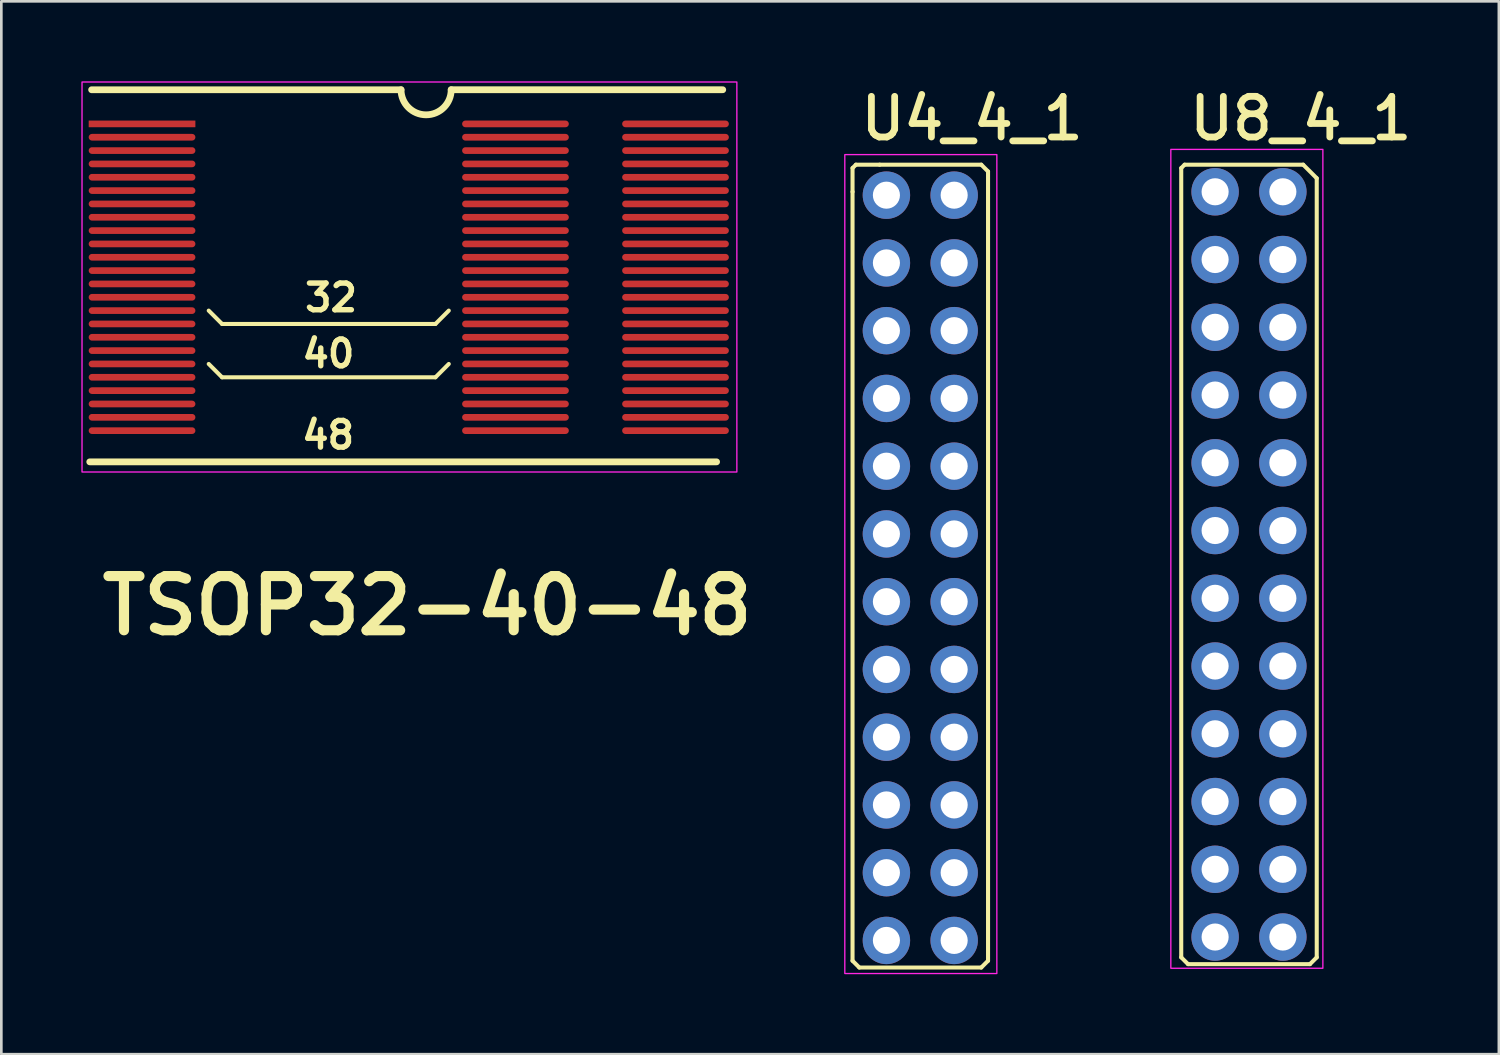
<source format=kicad_pcb>
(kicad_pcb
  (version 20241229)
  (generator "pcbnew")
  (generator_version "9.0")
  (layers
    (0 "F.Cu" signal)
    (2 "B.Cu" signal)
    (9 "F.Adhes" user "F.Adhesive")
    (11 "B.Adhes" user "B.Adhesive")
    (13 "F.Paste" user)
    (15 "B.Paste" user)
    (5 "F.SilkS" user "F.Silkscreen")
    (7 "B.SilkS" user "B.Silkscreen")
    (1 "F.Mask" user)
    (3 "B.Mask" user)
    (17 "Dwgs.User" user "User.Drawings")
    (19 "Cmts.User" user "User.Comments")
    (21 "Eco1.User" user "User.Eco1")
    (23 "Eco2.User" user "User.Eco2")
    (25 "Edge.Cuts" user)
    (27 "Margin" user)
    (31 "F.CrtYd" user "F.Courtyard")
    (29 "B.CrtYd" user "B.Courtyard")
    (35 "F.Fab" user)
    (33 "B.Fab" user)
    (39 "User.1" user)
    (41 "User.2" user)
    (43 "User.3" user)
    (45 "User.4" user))
  (footprint "U8_4_1"
    (layer "F.Cu")
    (at 45.045 14.3)
    (property "Reference" "U8_4_1" (at -3.632 -12.014 0) (unlocked yes) (layer "F.SilkS") (effects (font (size 1.524 1.524) (thickness 0.254)) (justify left bottom)))
    (attr through_hole)
    (fp_line (start -3.81 -11.049) (end -3.81 18.542) (stroke (width 0.152) (type solid)) (layer "F.SilkS"))
    (fp_line (start -3.683 -11.176) (end -3.81 -11.049) (stroke (width 0.152) (type solid)) (layer "F.SilkS"))
    (fp_line (start -3.556 18.796) (end -3.81 18.542) (stroke (width 0.152) (type solid)) (layer "F.SilkS"))
    (fp_line (start 0.762 -11.176) (end -3.683 -11.176) (stroke (width 0.152) (type solid)) (layer "F.SilkS"))
    (fp_line (start 1.016 18.796) (end -3.556 18.796) (stroke (width 0.152) (type solid)) (layer "F.SilkS"))
    (fp_line (start 1.27 -10.668) (end 0.762 -11.176) (stroke (width 0.152) (type solid)) (layer "F.SilkS"))
    (fp_line (start 1.27 -10.668) (end 1.27 18.542) (stroke (width 0.152) (type solid)) (layer "F.SilkS"))
    (fp_line (start 1.27 18.542) (end 1.016 18.796) (stroke (width 0.152) (type solid)) (layer "F.SilkS"))
    (fp_rect (start -4.2 -11.75) (end 1.5 18.95) (stroke (width 0.05) (type solid)) (fill no) (layer "F.CrtYd"))
    (pad "25" thru_hole circle (at -2.54 -10.16) (size 1.778 1.778) (drill 1.016) (layers "*.Cu" "*.Mask"))
    (pad "26" thru_hole circle (at 0 -10.16) (size 1.778 1.778) (drill 1.016) (layers "*.Cu" "*.Mask"))
    (pad "27" thru_hole circle (at -2.54 -7.62) (size 1.778 1.778) (drill 1.016) (layers "*.Cu" "*.Mask"))
    (pad "28" thru_hole circle (at 0 -7.62) (size 1.778 1.778) (drill 1.016) (layers "*.Cu" "*.Mask"))
    (pad "29" thru_hole circle (at -2.54 -5.08) (size 1.778 1.778) (drill 1.016) (layers "*.Cu" "*.Mask"))
    (pad "30" thru_hole circle (at 0 -5.08) (size 1.778 1.778) (drill 1.016) (layers "*.Cu" "*.Mask"))
    (pad "31" thru_hole circle (at -2.54 -2.54) (size 1.778 1.778) (drill 1.016) (layers "*.Cu" "*.Mask"))
    (pad "32" thru_hole circle (at 0 -2.54) (size 1.778 1.778) (drill 1.016) (layers "*.Cu" "*.Mask"))
    (pad "33" thru_hole circle (at -2.54 -0.000023) (size 1.778 1.778) (drill 1.016) (layers "*.Cu" "*.Mask"))
    (pad "34" thru_hole circle (at 0 -0.000023) (size 1.778 1.778) (drill 1.016) (layers "*.Cu" "*.Mask"))
    (pad "35" thru_hole circle (at -2.54 2.54) (size 1.778 1.778) (drill 1.016) (layers "*.Cu" "*.Mask"))
    (pad "36" thru_hole circle (at 0 2.54) (size 1.778 1.778) (drill 1.016) (layers "*.Cu" "*.Mask"))
    (pad "37" thru_hole circle (at -2.54 5.08) (size 1.778 1.778) (drill 1.016) (layers "*.Cu" "*.Mask"))
    (pad "38" thru_hole circle (at 0 5.08) (size 1.778 1.778) (drill 1.016) (layers "*.Cu" "*.Mask"))
    (pad "39" thru_hole circle (at -2.54 7.62) (size 1.778 1.778) (drill 1.016) (layers "*.Cu" "*.Mask"))
    (pad "40" thru_hole circle (at 0 7.62) (size 1.778 1.778) (drill 1.016) (layers "*.Cu" "*.Mask"))
    (pad "41" thru_hole circle (at -2.54 10.16) (size 1.778 1.778) (drill 1.016) (layers "*.Cu" "*.Mask"))
    (pad "42" thru_hole circle (at 0 10.16) (size 1.778 1.778) (drill 1.016) (layers "*.Cu" "*.Mask"))
    (pad "43" thru_hole circle (at -2.54 12.7) (size 1.778 1.778) (drill 1.016) (layers "*.Cu" "*.Mask"))
    (pad "44" thru_hole circle (at 0 12.7) (size 1.778 1.778) (drill 1.016) (layers "*.Cu" "*.Mask"))
    (pad "45" thru_hole circle (at -2.54 15.24) (size 1.778 1.778) (drill 1.016) (layers "*.Cu" "*.Mask"))
    (pad "46" thru_hole circle (at 0 15.24) (size 1.778 1.778) (drill 1.016) (layers "*.Cu" "*.Mask"))
    (pad "47" thru_hole circle (at -2.54 17.78) (size 1.778 1.778) (drill 1.016) (layers "*.Cu" "*.Mask"))
    (pad "48" thru_hole circle (at 0 17.78) (size 1.778 1.778) (drill 1.016) (layers "*.Cu" "*.Mask")))
  (footprint "U4_4_1"
    (layer "F.Cu")
    (at 32.722 9.347)
    (property "Reference" "U4_4_1" (at -3.632 -7.061 0) (unlocked yes) (layer "F.SilkS") (effects (font (size 1.524 1.524) (thickness 0.254)) (justify left bottom)))
    (attr through_hole)
    (fp_line (start -3.81 -6.096) (end -3.683 -6.223) (stroke (width 0.152) (type solid)) (layer "F.SilkS"))
    (fp_line (start -3.81 -5.207) (end -3.81 -6.096) (stroke (width 0.152) (type solid)) (layer "F.SilkS"))
    (fp_line (start -3.81 23.622) (end -3.81 -5.207) (stroke (width 0.152) (type solid)) (layer "F.SilkS"))
    (fp_line (start -3.81 23.622) (end -3.556 23.876) (stroke (width 0.152) (type solid)) (layer "F.SilkS"))
    (fp_line (start -3.683 -6.223) (end -2.794 -6.223) (stroke (width 0.152) (type solid)) (layer "F.SilkS"))
    (fp_line (start -3.556 23.876) (end 1.016 23.876) (stroke (width 0.152) (type solid)) (layer "F.SilkS"))
    (fp_line (start -2.794 -6.223) (end 1.016 -6.223) (stroke (width 0.152) (type solid)) (layer "F.SilkS"))
    (fp_line (start 1.016 -6.223) (end 1.27 -5.969) (stroke (width 0.152) (type solid)) (layer "F.SilkS"))
    (fp_line (start 1.016 23.876) (end 1.27 23.622) (stroke (width 0.152) (type solid)) (layer "F.SilkS"))
    (fp_line (start 1.27 23.622) (end 1.27 -5.969) (stroke (width 0.152) (type solid)) (layer "F.SilkS"))
    (fp_rect (start -4.1 -6.6) (end 1.6 24.1) (stroke (width 0.05) (type solid)) (fill no) (layer "F.CrtYd"))
    (pad "1" thru_hole circle (at -2.54 -5.08) (size 1.778 1.778) (drill 1.016) (layers "*.Cu" "*.Mask"))
    (pad "2" thru_hole circle (at 0 -5.08) (size 1.778 1.778) (drill 1.016) (layers "*.Cu" "*.Mask"))
    (pad "3" thru_hole circle (at -2.54 -2.54) (size 1.778 1.778) (drill 1.016) (layers "*.Cu" "*.Mask"))
    (pad "4" thru_hole circle (at 0 -2.54) (size 1.778 1.778) (drill 1.016) (layers "*.Cu" "*.Mask"))
    (pad "5" thru_hole circle (at -2.54 0.000023) (size 1.778 1.778) (drill 1.016) (layers "*.Cu" "*.Mask"))
    (pad "6" thru_hole circle (at 0 0.000023) (size 1.778 1.778) (drill 1.016) (layers "*.Cu" "*.Mask"))
    (pad "7" thru_hole circle (at -2.54 2.54) (size 1.778 1.778) (drill 1.016) (layers "*.Cu" "*.Mask"))
    (pad "8" thru_hole circle (at 0 2.54) (size 1.778 1.778) (drill 1.016) (layers "*.Cu" "*.Mask"))
    (pad "9" thru_hole circle (at -2.54 5.08) (size 1.778 1.778) (drill 1.016) (layers "*.Cu" "*.Mask"))
    (pad "10" thru_hole circle (at 0 5.08) (size 1.778 1.778) (drill 1.016) (layers "*.Cu" "*.Mask"))
    (pad "11" thru_hole circle (at -2.54 7.62) (size 1.778 1.778) (drill 1.016) (layers "*.Cu" "*.Mask"))
    (pad "12" thru_hole circle (at 0 7.62) (size 1.778 1.778) (drill 1.016) (layers "*.Cu" "*.Mask"))
    (pad "13" thru_hole circle (at -2.54 10.16) (size 1.778 1.778) (drill 1.016) (layers "*.Cu" "*.Mask"))
    (pad "14" thru_hole circle (at 0 10.16) (size 1.778 1.778) (drill 1.016) (layers "*.Cu" "*.Mask"))
    (pad "15" thru_hole circle (at -2.54 12.7) (size 1.778 1.778) (drill 1.016) (layers "*.Cu" "*.Mask"))
    (pad "16" thru_hole circle (at 0 12.7) (size 1.778 1.778) (drill 1.016) (layers "*.Cu" "*.Mask"))
    (pad "17" thru_hole circle (at -2.54 15.24) (size 1.778 1.778) (drill 1.016) (layers "*.Cu" "*.Mask"))
    (pad "18" thru_hole circle (at 0 15.24) (size 1.778 1.778) (drill 1.016) (layers "*.Cu" "*.Mask"))
    (pad "19" thru_hole circle (at -2.54 17.78) (size 1.778 1.778) (drill 1.016) (layers "*.Cu" "*.Mask"))
    (pad "20" thru_hole circle (at 0 17.78) (size 1.778 1.778) (drill 1.016) (layers "*.Cu" "*.Mask"))
    (pad "21" thru_hole circle (at -2.54 20.32) (size 1.778 1.778) (drill 1.016) (layers "*.Cu" "*.Mask"))
    (pad "22" thru_hole circle (at 0 20.32) (size 1.778 1.778) (drill 1.016) (layers "*.Cu" "*.Mask"))
    (pad "23" thru_hole circle (at -2.54 22.86) (size 1.778 1.778) (drill 1.016) (layers "*.Cu" "*.Mask"))
    (pad "24" thru_hole circle (at 0 22.86) (size 1.778 1.778) (drill 1.016) (layers "*.Cu" "*.Mask")))
  (footprint "TSOP32-40-48"
    (layer "F.Cu")
    (at 2.275 1.595)
    (property "Reference" "TSOP32-40-48" (at -1.702 19.252 0) (unlocked yes) (layer "F.SilkS") (effects (font (size 2.032 2.032) (thickness 0.381)) (justify left bottom)))
    (attr through_hole)
    (fp_line (start -1.96 12.67) (end 21.54 12.67) (stroke (width 0.254) (type solid)) (layer "F.SilkS"))
    (fp_line (start -1.89 -1.28) (end 9.71 -1.28) (stroke (width 0.254) (type solid)) (layer "F.SilkS"))
    (fp_line (start 2.5 7) (end 3 7.5) (stroke (width 0.152) (type solid)) (layer "F.SilkS"))
    (fp_line (start 2.5 9) (end 3 9.5) (stroke (width 0.152) (type solid)) (layer "F.SilkS"))
    (fp_line (start 3 7.5) (end 10.9 7.5) (stroke (width 0.152) (type solid)) (layer "F.SilkS"))
    (fp_line (start 3 9.5) (end 11 9.5) (stroke (width 0.152) (type solid)) (layer "F.SilkS"))
    (fp_line (start 10.9 7.5) (end 11 7.5) (stroke (width 0.152) (type solid)) (layer "F.SilkS"))
    (fp_line (start 11 7.5) (end 11.5 7) (stroke (width 0.152) (type solid)) (layer "F.SilkS"))
    (fp_line (start 11 9.5) (end 11.5 9) (stroke (width 0.152) (type solid)) (layer "F.SilkS"))
    (fp_line (start 11.59 -1.281) (end 21.771 -1.281) (stroke (width 0.254) (type solid)) (layer "F.SilkS"))
    (fp_arc (start 11.59002 -1.280543) (mid 10.650296 -0.340261) (end 9.710014 -1.279985) (stroke (width 0.254) (type solid)) (layer "F.SilkS"))
    (fp_rect (start -2.25 -1.57) (end 22.3 13.05) (stroke (width 0.05) (type solid)) (fill no) (layer "F.CrtYd"))
    (fp_text user "40" (at 5.9 9.2 0) (unlocked yes) (layer "F.SilkS") (effects (font (size 1 1) (thickness 0.203)) (justify left bottom)))
    (fp_text user "48" (at 5.89 12.25 0) (unlocked yes) (layer "F.SilkS") (effects (font (size 1 1) (thickness 0.203)) (justify left bottom)))
    (fp_text user "32" (at 6 7.1 0) (unlocked yes) (layer "F.SilkS") (effects (font (size 1 1) (thickness 0.203)) (justify left bottom)))
    (pad "1" smd rect (at 0 0.000023) (size 4 0.25) (layers "F.Cu" "F.Mask" "F.Paste"))
    (pad "2" smd oval (at 0 0.5) (size 4 0.25) (layers "F.Cu" "F.Mask" "F.Paste"))
    (pad "3" smd oval (at 0 1) (size 4 0.25) (layers "F.Cu" "F.Mask" "F.Paste"))
    (pad "4" smd oval (at 0 1.5) (size 4 0.25) (layers "F.Cu" "F.Mask" "F.Paste"))
    (pad "5" smd oval (at 0 2) (size 4 0.25) (layers "F.Cu" "F.Mask" "F.Paste"))
    (pad "6" smd oval (at 0 2.5) (size 4 0.25) (layers "F.Cu" "F.Mask" "F.Paste"))
    (pad "7" smd oval (at 0 3) (size 4 0.25) (layers "F.Cu" "F.Mask" "F.Paste"))
    (pad "8" smd oval (at 0 3.5) (size 4 0.25) (layers "F.Cu" "F.Mask" "F.Paste"))
    (pad "9" smd oval (at 0 4) (size 4 0.25) (layers "F.Cu" "F.Mask" "F.Paste"))
    (pad "10" smd oval (at 0 4.5) (size 4 0.25) (layers "F.Cu" "F.Mask" "F.Paste"))
    (pad "11" smd oval (at 0 5) (size 4 0.25) (layers "F.Cu" "F.Mask" "F.Paste"))
    (pad "12" smd oval (at 0 5.5) (size 4 0.25) (layers "F.Cu" "F.Mask" "F.Paste"))
    (pad "13" smd oval (at 0 6) (size 4 0.25) (layers "F.Cu" "F.Mask" "F.Paste"))
    (pad "14" smd oval (at 0 6.5) (size 4 0.25) (layers "F.Cu" "F.Mask" "F.Paste"))
    (pad "15" smd oval (at 0 7) (size 4 0.25) (layers "F.Cu" "F.Mask" "F.Paste"))
    (pad "16" smd oval (at 0 7.5) (size 4 0.25) (layers "F.Cu" "F.Mask" "F.Paste"))
    (pad "17" smd oval (at 0 8) (size 4 0.25) (layers "F.Cu" "F.Mask" "F.Paste"))
    (pad "18" smd oval (at 0 8.5) (size 4 0.25) (layers "F.Cu" "F.Mask" "F.Paste"))
    (pad "19" smd oval (at 0 9) (size 4 0.25) (layers "F.Cu" "F.Mask" "F.Paste"))
    (pad "20" smd oval (at 0 9.5) (size 4 0.25) (layers "F.Cu" "F.Mask" "F.Paste"))
    (pad "21" smd oval (at 0 10) (size 4 0.25) (layers "F.Cu" "F.Mask" "F.Paste"))
    (pad "22" smd oval (at 0 10.5) (size 4 0.25) (layers "F.Cu" "F.Mask" "F.Paste"))
    (pad "23" smd oval (at 0 11) (size 4 0.25) (layers "F.Cu" "F.Mask" "F.Paste"))
    (pad "24" smd oval (at 0 11.5) (size 4 0.25) (layers "F.Cu" "F.Mask" "F.Paste"))
    (pad "25" smd oval (at 14 11.5) (size 4 0.25) (layers "F.Cu" "F.Mask" "F.Paste"))
    (pad "25" smd oval (at 20 11.5) (size 4 0.25) (layers "F.Cu" "F.Mask" "F.Paste"))
    (pad "26" smd oval (at 14 11) (size 4 0.25) (layers "F.Cu" "F.Mask" "F.Paste"))
    (pad "26" smd oval (at 20 11) (size 4 0.25) (layers "F.Cu" "F.Mask" "F.Paste"))
    (pad "27" smd oval (at 14 10.5) (size 4 0.25) (layers "F.Cu" "F.Mask" "F.Paste"))
    (pad "27" smd oval (at 20 10.5) (size 4 0.25) (layers "F.Cu" "F.Mask" "F.Paste"))
    (pad "28" smd oval (at 14 10) (size 4 0.25) (layers "F.Cu" "F.Mask" "F.Paste"))
    (pad "28" smd oval (at 20 10) (size 4 0.25) (layers "F.Cu" "F.Mask" "F.Paste"))
    (pad "29" smd oval (at 14 9.5) (size 4 0.25) (layers "F.Cu" "F.Mask" "F.Paste"))
    (pad "29" smd oval (at 20 9.5) (size 4 0.25) (layers "F.Cu" "F.Mask" "F.Paste"))
    (pad "30" smd oval (at 14 9) (size 4 0.25) (layers "F.Cu" "F.Mask" "F.Paste"))
    (pad "30" smd oval (at 20 9) (size 4 0.25) (layers "F.Cu" "F.Mask" "F.Paste"))
    (pad "31" smd oval (at 14 8.5) (size 4 0.25) (layers "F.Cu" "F.Mask" "F.Paste"))
    (pad "31" smd oval (at 20 8.5) (size 4 0.25) (layers "F.Cu" "F.Mask" "F.Paste"))
    (pad "32" smd oval (at 14 8) (size 4 0.25) (layers "F.Cu" "F.Mask" "F.Paste"))
    (pad "32" smd oval (at 20 8) (size 4 0.25) (layers "F.Cu" "F.Mask" "F.Paste"))
    (pad "33" smd oval (at 14 7.5) (size 4 0.25) (layers "F.Cu" "F.Mask" "F.Paste"))
    (pad "33" smd oval (at 20 7.5) (size 4 0.25) (layers "F.Cu" "F.Mask" "F.Paste"))
    (pad "34" smd oval (at 14 7) (size 4 0.25) (layers "F.Cu" "F.Mask" "F.Paste"))
    (pad "34" smd oval (at 20 7) (size 4 0.25) (layers "F.Cu" "F.Mask" "F.Paste"))
    (pad "35" smd oval (at 14 6.5) (size 4 0.25) (layers "F.Cu" "F.Mask" "F.Paste"))
    (pad "35" smd oval (at 20 6.5) (size 4 0.25) (layers "F.Cu" "F.Mask" "F.Paste"))
    (pad "36" smd oval (at 14 6) (size 4 0.25) (layers "F.Cu" "F.Mask" "F.Paste"))
    (pad "36" smd oval (at 20 6) (size 4 0.25) (layers "F.Cu" "F.Mask" "F.Paste"))
    (pad "37" smd oval (at 14 5.5) (size 4 0.25) (layers "F.Cu" "F.Mask" "F.Paste"))
    (pad "37" smd oval (at 20 5.5) (size 4 0.25) (layers "F.Cu" "F.Mask" "F.Paste"))
    (pad "38" smd oval (at 14 5) (size 4 0.25) (layers "F.Cu" "F.Mask" "F.Paste"))
    (pad "38" smd oval (at 20 5) (size 4 0.25) (layers "F.Cu" "F.Mask" "F.Paste"))
    (pad "39" smd oval (at 14 4.5) (size 4 0.25) (layers "F.Cu" "F.Mask" "F.Paste"))
    (pad "39" smd oval (at 20 4.5) (size 4 0.25) (layers "F.Cu" "F.Mask" "F.Paste"))
    (pad "40" smd oval (at 14 4) (size 4 0.25) (layers "F.Cu" "F.Mask" "F.Paste"))
    (pad "40" smd oval (at 20 4) (size 4 0.25) (layers "F.Cu" "F.Mask" "F.Paste"))
    (pad "41" smd oval (at 14 3.5) (size 4 0.25) (layers "F.Cu" "F.Mask" "F.Paste"))
    (pad "41" smd oval (at 20 3.5) (size 4 0.25) (layers "F.Cu" "F.Mask" "F.Paste"))
    (pad "42" smd oval (at 14 3) (size 4 0.25) (layers "F.Cu" "F.Mask" "F.Paste"))
    (pad "42" smd oval (at 20 3) (size 4 0.25) (layers "F.Cu" "F.Mask" "F.Paste"))
    (pad "43" smd oval (at 14 2.5) (size 4 0.25) (layers "F.Cu" "F.Mask" "F.Paste"))
    (pad "43" smd oval (at 20 2.5) (size 4 0.25) (layers "F.Cu" "F.Mask" "F.Paste"))
    (pad "44" smd oval (at 14 2) (size 4 0.25) (layers "F.Cu" "F.Mask" "F.Paste"))
    (pad "44" smd oval (at 20 2) (size 4 0.25) (layers "F.Cu" "F.Mask" "F.Paste"))
    (pad "45" smd oval (at 14 1.5) (size 4 0.25) (layers "F.Cu" "F.Mask" "F.Paste"))
    (pad "45" smd oval (at 20 1.5) (size 4 0.25) (layers "F.Cu" "F.Mask" "F.Paste"))
    (pad "46" smd oval (at 14 1) (size 4 0.25) (layers "F.Cu" "F.Mask" "F.Paste"))
    (pad "46" smd oval (at 20 1) (size 4 0.25) (layers "F.Cu" "F.Mask" "F.Paste"))
    (pad "47" smd oval (at 14 0.5) (size 4 0.25) (layers "F.Cu" "F.Mask" "F.Paste"))
    (pad "47" smd oval (at 20 0.5) (size 4 0.25) (layers "F.Cu" "F.Mask" "F.Paste"))
    (pad "48" smd oval (at 14 0.000023) (size 4 0.25) (layers "F.Cu" "F.Mask" "F.Paste"))
    (pad "48" smd oval (at 20 0.000023) (size 4 0.25) (layers "F.Cu" "F.Mask" "F.Paste")))
  (gr_rect
    (start -3 -3)
    (end 53.143 36.472)
    (stroke (width 0.1) (type default))
    (fill no)
    (layer "Edge.Cuts")))
</source>
